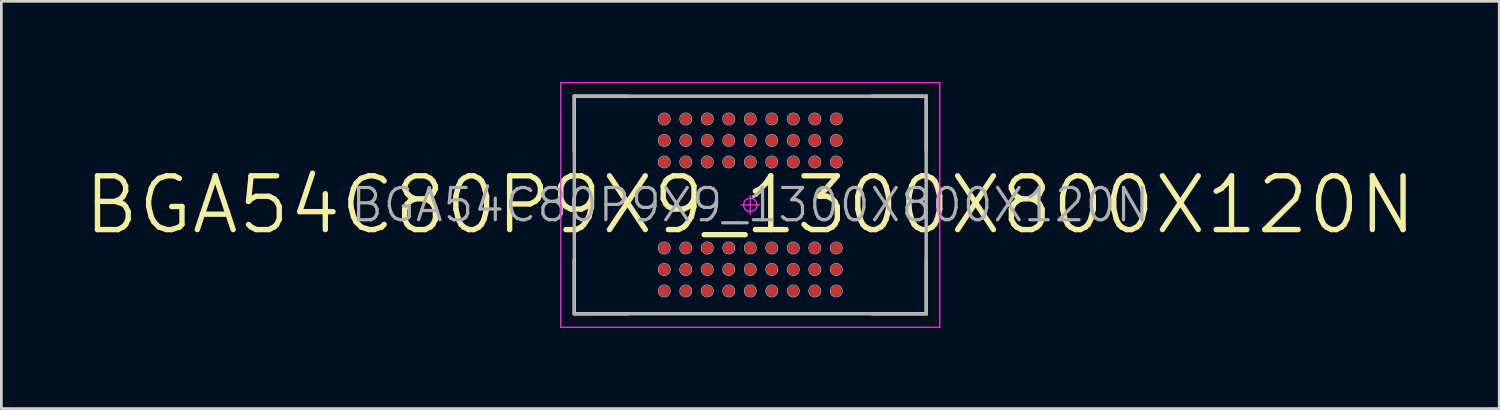
<source format=kicad_pcb>
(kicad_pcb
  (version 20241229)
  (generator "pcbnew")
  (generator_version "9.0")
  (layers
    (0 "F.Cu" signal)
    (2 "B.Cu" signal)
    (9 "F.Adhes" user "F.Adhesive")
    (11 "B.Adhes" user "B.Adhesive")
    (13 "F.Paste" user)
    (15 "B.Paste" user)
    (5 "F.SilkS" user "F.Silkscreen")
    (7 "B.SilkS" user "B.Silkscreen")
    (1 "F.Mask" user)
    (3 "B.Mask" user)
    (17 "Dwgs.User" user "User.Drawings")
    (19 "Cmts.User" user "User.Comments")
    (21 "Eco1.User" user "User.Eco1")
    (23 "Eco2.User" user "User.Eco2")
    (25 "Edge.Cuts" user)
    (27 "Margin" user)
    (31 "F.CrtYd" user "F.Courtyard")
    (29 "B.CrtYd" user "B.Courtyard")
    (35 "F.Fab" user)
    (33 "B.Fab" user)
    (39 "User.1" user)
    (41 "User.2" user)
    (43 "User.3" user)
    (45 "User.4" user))
  (footprint "BGA54C80P9X9_1300X800X120N"
    (layer "F.Cu")
    (at 24.862 4.575)
    (property "Reference" "BGA54C80P9X9_1300X800X120N" (at 0 0 0) (layer "F.Fab") (effects (font (size 1.2 1.2) (thickness 0.12))))
    (attr smd)
    (fp_line (start -6.55 -4.05) (end -6.55 -2.025) (stroke (width 0.12) (type solid)) (layer "F.SilkS"))
    (fp_line (start -6.55 4.05) (end -6.55 2.025) (stroke (width 0.12) (type solid)) (layer "F.SilkS"))
    (fp_line (start -4.525 -4.05) (end -6.55 -4.05) (stroke (width 0.12) (type solid)) (layer "F.SilkS"))
    (fp_line (start -4.525 4.05) (end -6.55 4.05) (stroke (width 0.12) (type solid)) (layer "F.SilkS"))
    (fp_line (start 4.525 -4.05) (end 6.55 -4.05) (stroke (width 0.12) (type solid)) (layer "F.SilkS"))
    (fp_line (start 4.525 4.05) (end 6.55 4.05) (stroke (width 0.12) (type solid)) (layer "F.SilkS"))
    (fp_line (start 6.55 -4.05) (end 6.55 -2.025) (stroke (width 0.12) (type solid)) (layer "F.SilkS"))
    (fp_line (start 6.55 4.05) (end 6.55 2.025) (stroke (width 0.12) (type solid)) (layer "F.SilkS"))
    (fp_line (start -6.5 -4) (end 6.5 -4) (stroke (width 0.025) (type solid)) (layer "Dwgs.User"))
    (fp_line (start -6.5 4) (end -6.5 -4) (stroke (width 0.025) (type solid)) (layer "Dwgs.User"))
    (fp_line (start 6.5 -4) (end 6.5 4) (stroke (width 0.025) (type solid)) (layer "Dwgs.User"))
    (fp_line (start 6.5 4) (end -6.5 4) (stroke (width 0.025) (type solid)) (layer "Dwgs.User"))
    (fp_circle (center -3.2 -3.2) (end -3.2 -2.975) (stroke (width 0.025) (type solid)) (fill no) (layer "Dwgs.User"))
    (fp_circle (center -3.2 -2.4) (end -3.2 -2.175) (stroke (width 0.025) (type solid)) (fill no) (layer "Dwgs.User"))
    (fp_circle (center -3.2 -1.6) (end -3.2 -1.375) (stroke (width 0.025) (type solid)) (fill no) (layer "Dwgs.User"))
    (fp_circle (center -3.2 1.6) (end -3.2 1.825) (stroke (width 0.025) (type solid)) (fill no) (layer "Dwgs.User"))
    (fp_circle (center -3.2 2.4) (end -3.2 2.625) (stroke (width 0.025) (type solid)) (fill no) (layer "Dwgs.User"))
    (fp_circle (center -3.2 3.2) (end -3.2 3.425) (stroke (width 0.025) (type solid)) (fill no) (layer "Dwgs.User"))
    (fp_circle (center -2.4 -3.2) (end -2.4 -2.975) (stroke (width 0.025) (type solid)) (fill no) (layer "Dwgs.User"))
    (fp_circle (center -2.4 -2.4) (end -2.4 -2.175) (stroke (width 0.025) (type solid)) (fill no) (layer "Dwgs.User"))
    (fp_circle (center -2.4 -1.6) (end -2.4 -1.375) (stroke (width 0.025) (type solid)) (fill no) (layer "Dwgs.User"))
    (fp_circle (center -2.4 1.6) (end -2.4 1.825) (stroke (width 0.025) (type solid)) (fill no) (layer "Dwgs.User"))
    (fp_circle (center -2.4 2.4) (end -2.4 2.625) (stroke (width 0.025) (type solid)) (fill no) (layer "Dwgs.User"))
    (fp_circle (center -2.4 3.2) (end -2.4 3.425) (stroke (width 0.025) (type solid)) (fill no) (layer "Dwgs.User"))
    (fp_circle (center -1.6 -3.2) (end -1.6 -2.975) (stroke (width 0.025) (type solid)) (fill no) (layer "Dwgs.User"))
    (fp_circle (center -1.6 -2.4) (end -1.6 -2.175) (stroke (width 0.025) (type solid)) (fill no) (layer "Dwgs.User"))
    (fp_circle (center -1.6 -1.6) (end -1.6 -1.375) (stroke (width 0.025) (type solid)) (fill no) (layer "Dwgs.User"))
    (fp_circle (center -1.6 1.6) (end -1.6 1.825) (stroke (width 0.025) (type solid)) (fill no) (layer "Dwgs.User"))
    (fp_circle (center -1.6 2.4) (end -1.6 2.625) (stroke (width 0.025) (type solid)) (fill no) (layer "Dwgs.User"))
    (fp_circle (center -1.6 3.2) (end -1.6 3.425) (stroke (width 0.025) (type solid)) (fill no) (layer "Dwgs.User"))
    (fp_circle (center -0.8 -3.2) (end -0.8 -2.975) (stroke (width 0.025) (type solid)) (fill no) (layer "Dwgs.User"))
    (fp_circle (center -0.8 -2.4) (end -0.8 -2.175) (stroke (width 0.025) (type solid)) (fill no) (layer "Dwgs.User"))
    (fp_circle (center -0.8 -1.6) (end -0.8 -1.375) (stroke (width 0.025) (type solid)) (fill no) (layer "Dwgs.User"))
    (fp_circle (center -0.8 1.6) (end -0.8 1.825) (stroke (width 0.025) (type solid)) (fill no) (layer "Dwgs.User"))
    (fp_circle (center -0.8 2.4) (end -0.8 2.625) (stroke (width 0.025) (type solid)) (fill no) (layer "Dwgs.User"))
    (fp_circle (center -0.8 3.2) (end -0.8 3.425) (stroke (width 0.025) (type solid)) (fill no) (layer "Dwgs.User"))
    (fp_circle (center 0 -3.2) (end 0 -2.975) (stroke (width 0.025) (type solid)) (fill no) (layer "Dwgs.User"))
    (fp_circle (center 0 -2.4) (end 0 -2.175) (stroke (width 0.025) (type solid)) (fill no) (layer "Dwgs.User"))
    (fp_circle (center 0 -1.6) (end 0 -1.375) (stroke (width 0.025) (type solid)) (fill no) (layer "Dwgs.User"))
    (fp_circle (center 0 1.6) (end 0 1.825) (stroke (width 0.025) (type solid)) (fill no) (layer "Dwgs.User"))
    (fp_circle (center 0 2.4) (end 0 2.625) (stroke (width 0.025) (type solid)) (fill no) (layer "Dwgs.User"))
    (fp_circle (center 0 3.2) (end 0 3.425) (stroke (width 0.025) (type solid)) (fill no) (layer "Dwgs.User"))
    (fp_circle (center 0.8 -3.2) (end 0.8 -2.975) (stroke (width 0.025) (type solid)) (fill no) (layer "Dwgs.User"))
    (fp_circle (center 0.8 -2.4) (end 0.8 -2.175) (stroke (width 0.025) (type solid)) (fill no) (layer "Dwgs.User"))
    (fp_circle (center 0.8 -1.6) (end 0.8 -1.375) (stroke (width 0.025) (type solid)) (fill no) (layer "Dwgs.User"))
    (fp_circle (center 0.8 1.6) (end 0.8 1.825) (stroke (width 0.025) (type solid)) (fill no) (layer "Dwgs.User"))
    (fp_circle (center 0.8 2.4) (end 0.8 2.625) (stroke (width 0.025) (type solid)) (fill no) (layer "Dwgs.User"))
    (fp_circle (center 0.8 3.2) (end 0.8 3.425) (stroke (width 0.025) (type solid)) (fill no) (layer "Dwgs.User"))
    (fp_circle (center 1.6 -3.2) (end 1.6 -2.975) (stroke (width 0.025) (type solid)) (fill no) (layer "Dwgs.User"))
    (fp_circle (center 1.6 -2.4) (end 1.6 -2.175) (stroke (width 0.025) (type solid)) (fill no) (layer "Dwgs.User"))
    (fp_circle (center 1.6 -1.6) (end 1.6 -1.375) (stroke (width 0.025) (type solid)) (fill no) (layer "Dwgs.User"))
    (fp_circle (center 1.6 1.6) (end 1.6 1.825) (stroke (width 0.025) (type solid)) (fill no) (layer "Dwgs.User"))
    (fp_circle (center 1.6 2.4) (end 1.6 2.625) (stroke (width 0.025) (type solid)) (fill no) (layer "Dwgs.User"))
    (fp_circle (center 1.6 3.2) (end 1.6 3.425) (stroke (width 0.025) (type solid)) (fill no) (layer "Dwgs.User"))
    (fp_circle (center 2.4 -3.2) (end 2.4 -2.975) (stroke (width 0.025) (type solid)) (fill no) (layer "Dwgs.User"))
    (fp_circle (center 2.4 -2.4) (end 2.4 -2.175) (stroke (width 0.025) (type solid)) (fill no) (layer "Dwgs.User"))
    (fp_circle (center 2.4 -1.6) (end 2.4 -1.375) (stroke (width 0.025) (type solid)) (fill no) (layer "Dwgs.User"))
    (fp_circle (center 2.4 1.6) (end 2.4 1.825) (stroke (width 0.025) (type solid)) (fill no) (layer "Dwgs.User"))
    (fp_circle (center 2.4 2.4) (end 2.4 2.625) (stroke (width 0.025) (type solid)) (fill no) (layer "Dwgs.User"))
    (fp_circle (center 2.4 3.2) (end 2.4 3.425) (stroke (width 0.025) (type solid)) (fill no) (layer "Dwgs.User"))
    (fp_circle (center 3.2 -3.2) (end 3.2 -2.975) (stroke (width 0.025) (type solid)) (fill no) (layer "Dwgs.User"))
    (fp_circle (center 3.2 -2.4) (end 3.2 -2.175) (stroke (width 0.025) (type solid)) (fill no) (layer "Dwgs.User"))
    (fp_circle (center 3.2 -1.6) (end 3.2 -1.375) (stroke (width 0.025) (type solid)) (fill no) (layer "Dwgs.User"))
    (fp_circle (center 3.2 1.6) (end 3.2 1.825) (stroke (width 0.025) (type solid)) (fill no) (layer "Dwgs.User"))
    (fp_circle (center 3.2 2.4) (end 3.2 2.625) (stroke (width 0.025) (type solid)) (fill no) (layer "Dwgs.User"))
    (fp_circle (center 3.2 3.2) (end 3.2 3.425) (stroke (width 0.025) (type solid)) (fill no) (layer "Dwgs.User"))
    (fp_line (start -7.05 -4.55) (end 7.05 -4.55) (stroke (width 0.05) (type solid)) (layer "F.CrtYd"))
    (fp_line (start -7.05 4.55) (end -7.05 -4.55) (stroke (width 0.05) (type solid)) (layer "F.CrtYd"))
    (fp_line (start -0.35 0) (end 0.35 0) (stroke (width 0.05) (type solid)) (layer "F.CrtYd"))
    (fp_line (start 0 -0.35) (end 0 0.35) (stroke (width 0.05) (type solid)) (layer "F.CrtYd"))
    (fp_line (start 7.05 -4.55) (end 7.05 4.55) (stroke (width 0.05) (type solid)) (layer "F.CrtYd"))
    (fp_line (start 7.05 4.55) (end -7.05 4.55) (stroke (width 0.05) (type solid)) (layer "F.CrtYd"))
    (fp_circle (center 0 0) (end 0 0.25) (stroke (width 0.05) (type solid)) (fill no) (layer "F.CrtYd"))
    (fp_line (start -6.55 -4.05) (end 6.55 -4.05) (stroke (width 0.12) (type solid)) (layer "F.Fab"))
    (fp_line (start -6.55 4.05) (end -6.55 -4.05) (stroke (width 0.12) (type solid)) (layer "F.Fab"))
    (fp_line (start 6.55 -4.05) (end 6.55 4.05) (stroke (width 0.12) (type solid)) (layer "F.Fab"))
    (fp_line (start 6.55 4.05) (end -6.55 4.05) (stroke (width 0.12) (type solid)) (layer "F.Fab"))
    (fp_text user "${REFERENCE}" (at 0 0 0) (layer "F.SilkS") (effects (font (size 2 2) (thickness 0.2))))
    (pad "A1" smd circle (at -3.2 3.2) (size 0.41 0.41) (layers "F.Cu" "F.Mask" "F.Paste"))
    (pad "A2" smd circle (at -3.2 2.4) (size 0.41 0.41) (layers "F.Cu" "F.Mask" "F.Paste"))
    (pad "A3" smd circle (at -3.2 1.6) (size 0.41 0.41) (layers "F.Cu" "F.Mask" "F.Paste"))
    (pad "A7" smd circle (at -3.2 -1.6) (size 0.41 0.41) (layers "F.Cu" "F.Mask" "F.Paste"))
    (pad "A8" smd circle (at -3.2 -2.4) (size 0.41 0.41) (layers "F.Cu" "F.Mask" "F.Paste"))
    (pad "A9" smd circle (at -3.2 -3.2) (size 0.41 0.41) (layers "F.Cu" "F.Mask" "F.Paste"))
    (pad "B1" smd circle (at -2.4 3.2) (size 0.41 0.41) (layers "F.Cu" "F.Mask" "F.Paste"))
    (pad "B2" smd circle (at -2.4 2.4) (size 0.41 0.41) (layers "F.Cu" "F.Mask" "F.Paste"))
    (pad "B3" smd circle (at -2.4 1.6) (size 0.41 0.41) (layers "F.Cu" "F.Mask" "F.Paste"))
    (pad "B7" smd circle (at -2.4 -1.6) (size 0.41 0.41) (layers "F.Cu" "F.Mask" "F.Paste"))
    (pad "B8" smd circle (at -2.4 -2.4) (size 0.41 0.41) (layers "F.Cu" "F.Mask" "F.Paste"))
    (pad "B9" smd circle (at -2.4 -3.2) (size 0.41 0.41) (layers "F.Cu" "F.Mask" "F.Paste"))
    (pad "C1" smd circle (at -1.6 3.2) (size 0.41 0.41) (layers "F.Cu" "F.Mask" "F.Paste"))
    (pad "C2" smd circle (at -1.6 2.4) (size 0.41 0.41) (layers "F.Cu" "F.Mask" "F.Paste"))
    (pad "C3" smd circle (at -1.6 1.6) (size 0.41 0.41) (layers "F.Cu" "F.Mask" "F.Paste"))
    (pad "C7" smd circle (at -1.6 -1.6) (size 0.41 0.41) (layers "F.Cu" "F.Mask" "F.Paste"))
    (pad "C8" smd circle (at -1.6 -2.4) (size 0.41 0.41) (layers "F.Cu" "F.Mask" "F.Paste"))
    (pad "C9" smd circle (at -1.6 -3.2) (size 0.41 0.41) (layers "F.Cu" "F.Mask" "F.Paste"))
    (pad "D1" smd circle (at -0.8 3.2) (size 0.41 0.41) (layers "F.Cu" "F.Mask" "F.Paste"))
    (pad "D2" smd circle (at -0.8 2.4) (size 0.41 0.41) (layers "F.Cu" "F.Mask" "F.Paste"))
    (pad "D3" smd circle (at -0.8 1.6) (size 0.41 0.41) (layers "F.Cu" "F.Mask" "F.Paste"))
    (pad "D7" smd circle (at -0.8 -1.6) (size 0.41 0.41) (layers "F.Cu" "F.Mask" "F.Paste"))
    (pad "D8" smd circle (at -0.8 -2.4) (size 0.41 0.41) (layers "F.Cu" "F.Mask" "F.Paste"))
    (pad "D9" smd circle (at -0.8 -3.2) (size 0.41 0.41) (layers "F.Cu" "F.Mask" "F.Paste"))
    (pad "E1" smd circle (at 0 3.2) (size 0.41 0.41) (layers "F.Cu" "F.Mask" "F.Paste"))
    (pad "E2" smd circle (at 0 2.4) (size 0.41 0.41) (layers "F.Cu" "F.Mask" "F.Paste"))
    (pad "E3" smd circle (at 0 1.6) (size 0.41 0.41) (layers "F.Cu" "F.Mask" "F.Paste"))
    (pad "E7" smd circle (at 0 -1.6) (size 0.41 0.41) (layers "F.Cu" "F.Mask" "F.Paste"))
    (pad "E8" smd circle (at 0 -2.4) (size 0.41 0.41) (layers "F.Cu" "F.Mask" "F.Paste"))
    (pad "E9" smd circle (at 0 -3.2) (size 0.41 0.41) (layers "F.Cu" "F.Mask" "F.Paste"))
    (pad "F1" smd circle (at 0.8 3.2) (size 0.41 0.41) (layers "F.Cu" "F.Mask" "F.Paste"))
    (pad "F2" smd circle (at 0.8 2.4) (size 0.41 0.41) (layers "F.Cu" "F.Mask" "F.Paste"))
    (pad "F3" smd circle (at 0.8 1.6) (size 0.41 0.41) (layers "F.Cu" "F.Mask" "F.Paste"))
    (pad "F7" smd circle (at 0.8 -1.6) (size 0.41 0.41) (layers "F.Cu" "F.Mask" "F.Paste"))
    (pad "F8" smd circle (at 0.8 -2.4) (size 0.41 0.41) (layers "F.Cu" "F.Mask" "F.Paste"))
    (pad "F9" smd circle (at 0.8 -3.2) (size 0.41 0.41) (layers "F.Cu" "F.Mask" "F.Paste"))
    (pad "G1" smd circle (at 1.6 3.2) (size 0.41 0.41) (layers "F.Cu" "F.Mask" "F.Paste"))
    (pad "G2" smd circle (at 1.6 2.4) (size 0.41 0.41) (layers "F.Cu" "F.Mask" "F.Paste"))
    (pad "G3" smd circle (at 1.6 1.6) (size 0.41 0.41) (layers "F.Cu" "F.Mask" "F.Paste"))
    (pad "G7" smd circle (at 1.6 -1.6) (size 0.41 0.41) (layers "F.Cu" "F.Mask" "F.Paste"))
    (pad "G8" smd circle (at 1.6 -2.4) (size 0.41 0.41) (layers "F.Cu" "F.Mask" "F.Paste"))
    (pad "G9" smd circle (at 1.6 -3.2) (size 0.41 0.41) (layers "F.Cu" "F.Mask" "F.Paste"))
    (pad "H1" smd circle (at 2.4 3.2) (size 0.41 0.41) (layers "F.Cu" "F.Mask" "F.Paste"))
    (pad "H2" smd circle (at 2.4 2.4) (size 0.41 0.41) (layers "F.Cu" "F.Mask" "F.Paste"))
    (pad "H3" smd circle (at 2.4 1.6) (size 0.41 0.41) (layers "F.Cu" "F.Mask" "F.Paste"))
    (pad "H7" smd circle (at 2.4 -1.6) (size 0.41 0.41) (layers "F.Cu" "F.Mask" "F.Paste"))
    (pad "H8" smd circle (at 2.4 -2.4) (size 0.41 0.41) (layers "F.Cu" "F.Mask" "F.Paste"))
    (pad "H9" smd circle (at 2.4 -3.2) (size 0.41 0.41) (layers "F.Cu" "F.Mask" "F.Paste"))
    (pad "J1" smd circle (at 3.2 3.2) (size 0.41 0.41) (layers "F.Cu" "F.Mask" "F.Paste"))
    (pad "J2" smd circle (at 3.2 2.4) (size 0.41 0.41) (layers "F.Cu" "F.Mask" "F.Paste"))
    (pad "J3" smd circle (at 3.2 1.6) (size 0.41 0.41) (layers "F.Cu" "F.Mask" "F.Paste"))
    (pad "J7" smd circle (at 3.2 -1.6) (size 0.41 0.41) (layers "F.Cu" "F.Mask" "F.Paste"))
    (pad "J8" smd circle (at 3.2 -2.4) (size 0.41 0.41) (layers "F.Cu" "F.Mask" "F.Paste"))
    (pad "J9" smd circle (at 3.2 -3.2) (size 0.41 0.41) (layers "F.Cu" "F.Mask" "F.Paste")))
  (gr_rect
    (start -3 -3)
    (end 52.724 12.15)
    (stroke (width 0.1) (type default))
    (fill no)
    (layer "Edge.Cuts")))
</source>
